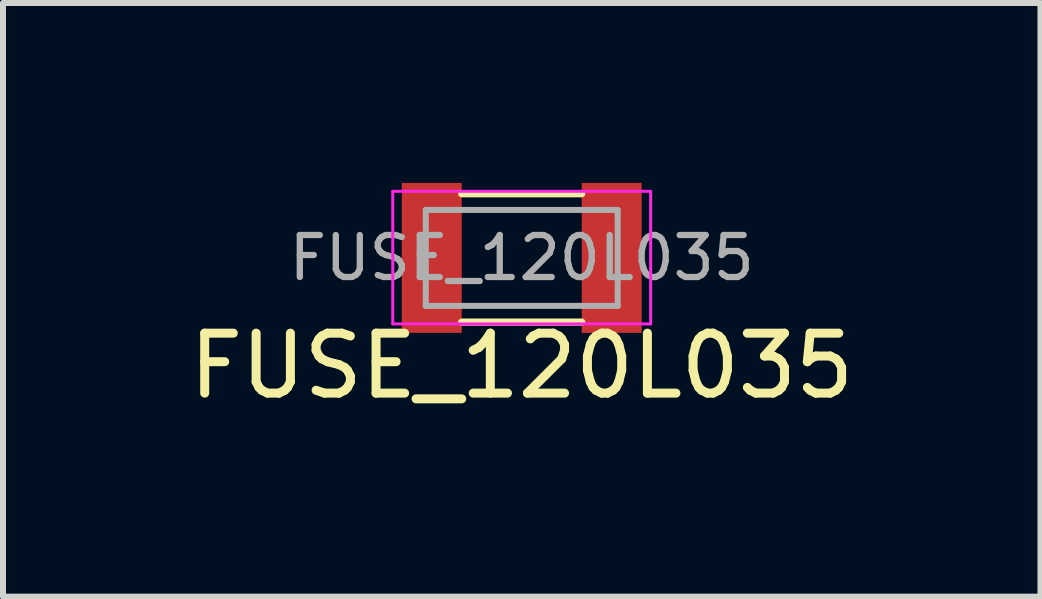
<source format=kicad_pcb>
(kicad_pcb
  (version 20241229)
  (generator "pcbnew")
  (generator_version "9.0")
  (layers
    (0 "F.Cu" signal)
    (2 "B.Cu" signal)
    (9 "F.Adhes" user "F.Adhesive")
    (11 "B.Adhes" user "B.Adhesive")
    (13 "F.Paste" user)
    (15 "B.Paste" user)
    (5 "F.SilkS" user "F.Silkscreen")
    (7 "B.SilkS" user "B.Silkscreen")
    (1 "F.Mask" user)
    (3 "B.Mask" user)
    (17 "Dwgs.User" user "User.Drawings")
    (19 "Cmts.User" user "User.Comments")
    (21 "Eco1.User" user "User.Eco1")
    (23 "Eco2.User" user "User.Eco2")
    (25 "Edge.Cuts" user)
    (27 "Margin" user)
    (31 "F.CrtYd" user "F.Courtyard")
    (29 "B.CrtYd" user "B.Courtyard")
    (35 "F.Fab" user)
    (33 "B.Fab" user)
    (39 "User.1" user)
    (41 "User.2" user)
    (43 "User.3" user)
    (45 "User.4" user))
  (footprint "FUSE_120L035"
    (layer "F.Cu")
    (at 5.649 1.25)
    (property "Reference" "FUSE_120L035" (at 0 1.8 0) (layer "F.SilkS") (effects (font (size 1 1) (thickness 0.15))))
    (attr smd)
    (fp_line (start -1 -1.07) (end 1 -1.07) (stroke (width 0.12) (type solid)) (layer "F.SilkS"))
    (fp_line (start 1 1.07) (end -1 1.07) (stroke (width 0.12) (type solid)) (layer "F.SilkS"))
    (fp_line (start -2.15 -1.11) (end -2.15 1.1) (stroke (width 0.05) (type solid)) (layer "F.CrtYd"))
    (fp_line (start -2.15 -1.11) (end 2.15 -1.11) (stroke (width 0.05) (type solid)) (layer "F.CrtYd"))
    (fp_line (start 2.15 1.1) (end -2.15 1.1) (stroke (width 0.05) (type solid)) (layer "F.CrtYd"))
    (fp_line (start 2.15 1.1) (end 2.15 -1.11) (stroke (width 0.05) (type solid)) (layer "F.CrtYd"))
    (fp_line (start -1.6 -0.8) (end 1.6 -0.8) (stroke (width 0.1) (type solid)) (layer "F.Fab"))
    (fp_line (start -1.6 0.8) (end -1.6 -0.8) (stroke (width 0.1) (type solid)) (layer "F.Fab"))
    (fp_line (start 1.6 -0.8) (end 1.6 0.8) (stroke (width 0.1) (type solid)) (layer "F.Fab"))
    (fp_line (start 1.6 0.8) (end -1.6 0.8) (stroke (width 0.1) (type solid)) (layer "F.Fab"))
    (fp_text user "${REFERENCE}" (at 0 0 0) (layer "F.Fab") (effects (font (size 0.7 0.7) (thickness 0.105))))
    (pad "1" smd rect (at -1.5 0) (size 1 2.5) (layers "F.Cu" "F.Mask" "F.Paste"))
    (pad "2" smd rect (at 1.5 0) (size 1 2.5) (layers "F.Cu" "F.Mask" "F.Paste")))
  (gr_rect
    (start -3 -3)
    (end 14.298 6.898)
    (stroke (width 0.1) (type default))
    (fill no)
    (layer "Edge.Cuts")))
</source>
